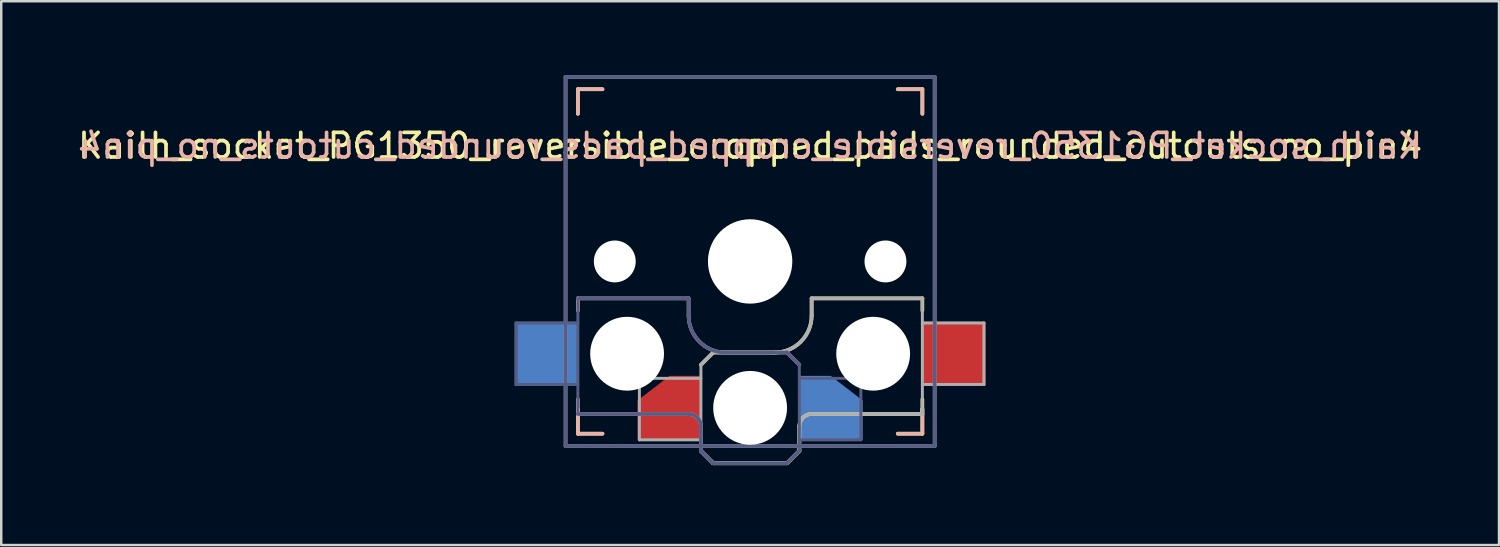
<source format=kicad_pcb>
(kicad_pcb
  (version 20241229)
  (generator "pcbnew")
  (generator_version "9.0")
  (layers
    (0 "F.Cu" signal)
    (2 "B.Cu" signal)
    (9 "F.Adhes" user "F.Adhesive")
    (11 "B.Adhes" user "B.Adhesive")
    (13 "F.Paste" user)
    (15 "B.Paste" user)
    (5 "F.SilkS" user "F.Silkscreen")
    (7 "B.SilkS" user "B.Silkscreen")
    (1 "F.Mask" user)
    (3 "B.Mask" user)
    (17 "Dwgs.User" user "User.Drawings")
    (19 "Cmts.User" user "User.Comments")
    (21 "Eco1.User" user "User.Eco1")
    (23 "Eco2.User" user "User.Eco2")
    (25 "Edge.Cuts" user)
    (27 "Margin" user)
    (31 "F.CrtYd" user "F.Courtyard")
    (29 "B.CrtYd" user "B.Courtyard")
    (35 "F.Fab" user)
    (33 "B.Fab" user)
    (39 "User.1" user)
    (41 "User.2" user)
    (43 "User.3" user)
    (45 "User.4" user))
  (footprint "Kailh_socket_PG1350_reversible_cropped_pads_rounded_cutouts_no_pin4"
    (layer "F.Cu")
    (at 27.435 7.575)
    (property "Reference" "Kailh_socket_PG1350_reversible_cropped_pads_rounded_cutouts_no_pin4" (at 0 -4.7 0) (layer "F.SilkS") (effects (font (size 1 1) (thickness 0.15))))
    (attr smd)
    (fp_line (start -7 -7) (end -6 -7) (stroke (width 0.15) (type solid)) (layer "F.SilkS"))
    (fp_line (start -7 -6) (end -7 -7) (stroke (width 0.15) (type solid)) (layer "F.SilkS"))
    (fp_line (start -7 7) (end -7 6) (stroke (width 0.15) (type solid)) (layer "F.SilkS"))
    (fp_line (start -6 7) (end -7 7) (stroke (width 0.15) (type solid)) (layer "F.SilkS"))
    (fp_line (start -2 4.2) (end -1.5 3.7) (stroke (width 0.15) (type solid)) (layer "F.SilkS"))
    (fp_line (start -2 7.7) (end -1.5 8.2) (stroke (width 0.15) (type solid)) (layer "F.SilkS"))
    (fp_line (start -1.5 3.7) (end 1 3.7) (stroke (width 0.15) (type solid)) (layer "F.SilkS"))
    (fp_line (start -1.5 8.2) (end 1.5 8.2) (stroke (width 0.15) (type solid)) (layer "F.SilkS"))
    (fp_line (start 1.5 8.2) (end 2 7.7) (stroke (width 0.15) (type solid)) (layer "F.SilkS"))
    (fp_line (start 2 6.7) (end 2 7.7) (stroke (width 0.15) (type solid)) (layer "F.SilkS"))
    (fp_line (start 2.5 1.5) (end 7 1.5) (stroke (width 0.15) (type solid)) (layer "F.SilkS"))
    (fp_line (start 2.5 2.2) (end 2.5 1.5) (stroke (width 0.15) (type solid)) (layer "F.SilkS"))
    (fp_line (start 6 -7) (end 7 -7) (stroke (width 0.15) (type solid)) (layer "F.SilkS"))
    (fp_line (start 7 -7) (end 7 -6) (stroke (width 0.15) (type solid)) (layer "F.SilkS"))
    (fp_line (start 7 1.5) (end 7 2) (stroke (width 0.15) (type solid)) (layer "F.SilkS"))
    (fp_line (start 7 5.6) (end 7 6.2) (stroke (width 0.15) (type solid)) (layer "F.SilkS"))
    (fp_line (start 7 6) (end 7 7) (stroke (width 0.15) (type solid)) (layer "F.SilkS"))
    (fp_line (start 7 6.2) (end 2.5 6.2) (stroke (width 0.15) (type solid)) (layer "F.SilkS"))
    (fp_line (start 7 7) (end 6 7) (stroke (width 0.15) (type solid)) (layer "F.SilkS"))
    (fp_arc (start 2 6.7) (mid 2.146447 6.346447) (end 2.5 6.2) (stroke (width 0.15) (type solid)) (layer "F.SilkS"))
    (fp_arc (start 2.5 2.2) (mid 2.06066 3.26066) (end 1 3.7) (stroke (width 0.15) (type solid)) (layer "F.SilkS"))
    (fp_line (start -7 -7) (end -6 -7) (stroke (width 0.15) (type solid)) (layer "B.SilkS"))
    (fp_line (start -7 -6) (end -7 -7) (stroke (width 0.15) (type solid)) (layer "B.SilkS"))
    (fp_line (start -7 1.5) (end -7 2) (stroke (width 0.15) (type solid)) (layer "B.SilkS"))
    (fp_line (start -7 5.6) (end -7 6.2) (stroke (width 0.15) (type solid)) (layer "B.SilkS"))
    (fp_line (start -7 6.2) (end -2.5 6.2) (stroke (width 0.15) (type solid)) (layer "B.SilkS"))
    (fp_line (start -7 7) (end -7 6) (stroke (width 0.15) (type solid)) (layer "B.SilkS"))
    (fp_line (start -6 7) (end -7 7) (stroke (width 0.15) (type solid)) (layer "B.SilkS"))
    (fp_line (start -2.5 1.5) (end -7 1.5) (stroke (width 0.15) (type solid)) (layer "B.SilkS"))
    (fp_line (start -2.5 2.2) (end -2.5 1.5) (stroke (width 0.15) (type solid)) (layer "B.SilkS"))
    (fp_line (start -2 6.7) (end -2 7.7) (stroke (width 0.15) (type solid)) (layer "B.SilkS"))
    (fp_line (start -1.5 8.2) (end -2 7.7) (stroke (width 0.15) (type solid)) (layer "B.SilkS"))
    (fp_line (start 1.5 3.7) (end -1 3.7) (stroke (width 0.15) (type solid)) (layer "B.SilkS"))
    (fp_line (start 1.5 8.2) (end -1.5 8.2) (stroke (width 0.15) (type solid)) (layer "B.SilkS"))
    (fp_line (start 2 4.2) (end 1.5 3.7) (stroke (width 0.15) (type solid)) (layer "B.SilkS"))
    (fp_line (start 2 7.7) (end 1.5 8.2) (stroke (width 0.15) (type solid)) (layer "B.SilkS"))
    (fp_line (start 6 -7) (end 7 -7) (stroke (width 0.15) (type solid)) (layer "B.SilkS"))
    (fp_line (start 7 -7) (end 7 -6) (stroke (width 0.15) (type solid)) (layer "B.SilkS"))
    (fp_line (start 7 6) (end 7 7) (stroke (width 0.15) (type solid)) (layer "B.SilkS"))
    (fp_line (start 7 7) (end 6 7) (stroke (width 0.15) (type solid)) (layer "B.SilkS"))
    (fp_arc (start -2.5 6.2) (mid -2.146447 6.346447) (end -2 6.7) (stroke (width 0.15) (type solid)) (layer "B.SilkS"))
    (fp_arc (start -1 3.7) (mid -2.06066 3.26066) (end -2.5 2.2) (stroke (width 0.15) (type solid)) (layer "B.SilkS"))
    (fp_line (start -6.9 6.9) (end -6.9 -6.9) (stroke (width 0.15) (type solid)) (layer "Eco2.User"))
    (fp_line (start -6.9 6.9) (end 6.9 6.9) (stroke (width 0.15) (type solid)) (layer "Eco2.User"))
    (fp_line (start -2.6 -3.1) (end -2.6 -6.3) (stroke (width 0.15) (type solid)) (layer "Eco2.User"))
    (fp_line (start -2.6 -3.1) (end 2.6 -3.1) (stroke (width 0.15) (type solid)) (layer "Eco2.User"))
    (fp_line (start 2.6 -6.3) (end -2.6 -6.3) (stroke (width 0.15) (type solid)) (layer "Eco2.User"))
    (fp_line (start 2.6 -3.1) (end 2.6 -6.3) (stroke (width 0.15) (type solid)) (layer "Eco2.User"))
    (fp_line (start 6.9 -6.9) (end -6.9 -6.9) (stroke (width 0.15) (type solid)) (layer "Eco2.User"))
    (fp_line (start 6.9 -6.9) (end 6.9 6.9) (stroke (width 0.15) (type solid)) (layer "Eco2.User"))
    (fp_line (start -9.5 2.5) (end -7 2.5) (stroke (width 0.12) (type solid)) (layer "B.Fab"))
    (fp_line (start -9.5 5) (end -9.5 2.5) (stroke (width 0.12) (type solid)) (layer "B.Fab"))
    (fp_line (start -7.5 -7.5) (end 7.5 -7.5) (stroke (width 0.15) (type solid)) (layer "B.Fab"))
    (fp_line (start -7.5 7.5) (end -7.5 -7.5) (stroke (width 0.15) (type solid)) (layer "B.Fab"))
    (fp_line (start -7 1.5) (end -7 6.2) (stroke (width 0.12) (type solid)) (layer "B.Fab"))
    (fp_line (start -7 5) (end -9.5 5) (stroke (width 0.12) (type solid)) (layer "B.Fab"))
    (fp_line (start -7 6.2) (end -2.5 6.2) (stroke (width 0.15) (type solid)) (layer "B.Fab"))
    (fp_line (start -2.5 1.5) (end -7 1.5) (stroke (width 0.15) (type solid)) (layer "B.Fab"))
    (fp_line (start -2.5 2.2) (end -2.5 1.5) (stroke (width 0.15) (type solid)) (layer "B.Fab"))
    (fp_line (start -2 6.7) (end -2 7.7) (stroke (width 0.15) (type solid)) (layer "B.Fab"))
    (fp_line (start -1.5 8.2) (end -2 7.7) (stroke (width 0.15) (type solid)) (layer "B.Fab"))
    (fp_line (start 1.5 3.7) (end -1 3.7) (stroke (width 0.15) (type solid)) (layer "B.Fab"))
    (fp_line (start 1.5 8.2) (end -1.5 8.2) (stroke (width 0.15) (type solid)) (layer "B.Fab"))
    (fp_line (start 2 4.2) (end 1.5 3.7) (stroke (width 0.15) (type solid)) (layer "B.Fab"))
    (fp_line (start 2 4.25) (end 2 7.7) (stroke (width 0.12) (type solid)) (layer "B.Fab"))
    (fp_line (start 2 4.75) (end 4.5 4.75) (stroke (width 0.12) (type solid)) (layer "B.Fab"))
    (fp_line (start 2 7.7) (end 1.5 8.2) (stroke (width 0.15) (type solid)) (layer "B.Fab"))
    (fp_line (start 4.5 4.75) (end 4.5 7.25) (stroke (width 0.12) (type solid)) (layer "B.Fab"))
    (fp_line (start 4.5 7.25) (end 2 7.25) (stroke (width 0.12) (type solid)) (layer "B.Fab"))
    (fp_line (start 7.5 -7.5) (end 7.5 7.5) (stroke (width 0.15) (type solid)) (layer "B.Fab"))
    (fp_line (start 7.5 7.5) (end -7.5 7.5) (stroke (width 0.15) (type solid)) (layer "B.Fab"))
    (fp_arc (start -2.5 6.2) (mid -2.146447 6.346447) (end -2 6.7) (stroke (width 0.15) (type solid)) (layer "B.Fab"))
    (fp_arc (start -1 3.7) (mid -2.06066 3.26066) (end -2.5 2.2) (stroke (width 0.15) (type solid)) (layer "B.Fab"))
    (fp_line (start -7.5 -7.5) (end 7.5 -7.5) (stroke (width 0.15) (type solid)) (layer "F.Fab"))
    (fp_line (start -7.5 7.5) (end -7.5 -7.5) (stroke (width 0.15) (type solid)) (layer "F.Fab"))
    (fp_line (start -4.5 4.75) (end -4.5 7.25) (stroke (width 0.12) (type solid)) (layer "F.Fab"))
    (fp_line (start -4.5 7.25) (end -2 7.25) (stroke (width 0.12) (type solid)) (layer "F.Fab"))
    (fp_line (start -2 4.2) (end -1.5 3.7) (stroke (width 0.15) (type solid)) (layer "F.Fab"))
    (fp_line (start -2 4.25) (end -2 7.7) (stroke (width 0.12) (type solid)) (layer "F.Fab"))
    (fp_line (start -2 4.75) (end -4.5 4.75) (stroke (width 0.12) (type solid)) (layer "F.Fab"))
    (fp_line (start -2 7.7) (end -1.5 8.2) (stroke (width 0.15) (type solid)) (layer "F.Fab"))
    (fp_line (start -1.5 3.7) (end 1 3.7) (stroke (width 0.15) (type solid)) (layer "F.Fab"))
    (fp_line (start -1.5 8.2) (end 1.5 8.2) (stroke (width 0.15) (type solid)) (layer "F.Fab"))
    (fp_line (start 1.5 8.2) (end 2 7.7) (stroke (width 0.15) (type solid)) (layer "F.Fab"))
    (fp_line (start 2 6.7) (end 2 7.7) (stroke (width 0.15) (type solid)) (layer "F.Fab"))
    (fp_line (start 2.5 1.5) (end 7 1.5) (stroke (width 0.15) (type solid)) (layer "F.Fab"))
    (fp_line (start 2.5 2.2) (end 2.5 1.5) (stroke (width 0.15) (type solid)) (layer "F.Fab"))
    (fp_line (start 7 1.5) (end 7 6.2) (stroke (width 0.12) (type solid)) (layer "F.Fab"))
    (fp_line (start 7 5) (end 9.5 5) (stroke (width 0.12) (type solid)) (layer "F.Fab"))
    (fp_line (start 7 6.2) (end 2.5 6.2) (stroke (width 0.15) (type solid)) (layer "F.Fab"))
    (fp_line (start 7.5 -7.5) (end 7.5 7.5) (stroke (width 0.15) (type solid)) (layer "F.Fab"))
    (fp_line (start 7.5 7.5) (end -7.5 7.5) (stroke (width 0.15) (type solid)) (layer "F.Fab"))
    (fp_line (start 9.5 2.5) (end 7 2.5) (stroke (width 0.12) (type solid)) (layer "F.Fab"))
    (fp_line (start 9.5 5) (end 9.5 2.5) (stroke (width 0.12) (type solid)) (layer "F.Fab"))
    (fp_arc (start 2 6.7) (mid 2.146447 6.346447) (end 2.5 6.2) (stroke (width 0.15) (type solid)) (layer "F.Fab"))
    (fp_arc (start 2.5 2.2) (mid 2.06066 3.26066) (end 1 3.7) (stroke (width 0.15) (type solid)) (layer "F.Fab"))
    (fp_line (start -9.55 2.35) (end -6.073 -0.744) (stroke (width 0.15) (type solid)) (layer "User.6"))
    (fp_line (start -9.55 5.05) (end -9.55 2.35) (stroke (width 0.15) (type solid)) (layer "User.6"))
    (fp_line (start -9.55 5.05) (end -7.45 6.6) (stroke (width 0.15) (type solid)) (layer "User.6"))
    (fp_line (start -7.45 6.6) (end -2.75 8.45) (stroke (width 0.15) (type solid)) (layer "User.6"))
    (fp_line (start -2.75 8.45) (end 2.55 8.45) (stroke (width 0.15) (type solid)) (layer "User.6"))
    (fp_line (start -0.165 -1.736) (end -5.615 -0.943) (stroke (width 0.15) (type solid)) (layer "User.6"))
    (fp_line (start 4.7 4.55) (end 1.483 -0.965) (stroke (width 0.15) (type solid)) (layer "User.6"))
    (fp_line (start 4.7 4.55) (end 4.7 7.25) (stroke (width 0.15) (type solid)) (layer "User.6"))
    (fp_line (start 4.7 7.25) (end 2.55 8.45) (stroke (width 0.15) (type solid)) (layer "User.6"))
    (fp_arc (start -6.072741 -0.744116) (mid -5.857861 -0.875765) (end -5.614894 -0.942636) (stroke (width 0.15) (type solid)) (layer "User.6"))
    (fp_arc (start -0.165274 -1.736315) (mid 0.77057 -1.589632) (end 1.482504 -0.964756) (stroke (width 0.15) (type solid)) (layer "User.6"))
    (fp_circle (center 5.5 0) (end 6.35 0) (stroke (width 0.1) (type solid)) (fill no) (layer "User.6"))
    (fp_line (start -4.6 4.55) (end -4.6 7.25) (stroke (width 0.15) (type solid)) (layer "User.7"))
    (fp_line (start -4.6 4.55) (end -1.383 -0.965) (stroke (width 0.15) (type solid)) (layer "User.7"))
    (fp_line (start -4.6 7.25) (end -2.45 8.45) (stroke (width 0.15) (type solid)) (layer "User.7"))
    (fp_line (start 0.265 -1.736) (end 5.715 -0.943) (stroke (width 0.15) (type solid)) (layer "User.7"))
    (fp_line (start 2.85 8.45) (end -2.45 8.45) (stroke (width 0.15) (type solid)) (layer "User.7"))
    (fp_line (start 7.55 6.6) (end 2.85 8.45) (stroke (width 0.15) (type solid)) (layer "User.7"))
    (fp_line (start 9.65 2.35) (end 6.173 -0.744) (stroke (width 0.15) (type solid)) (layer "User.7"))
    (fp_line (start 9.65 5.05) (end 7.55 6.6) (stroke (width 0.15) (type solid)) (layer "User.7"))
    (fp_line (start 9.65 5.05) (end 9.65 2.35) (stroke (width 0.15) (type solid)) (layer "User.7"))
    (fp_arc (start -1.382504 -0.964756) (mid -0.67057 -1.589632) (end 0.265274 -1.736315) (stroke (width 0.15) (type solid)) (layer "User.7"))
    (fp_arc (start 5.714894 -0.942636) (mid 5.957861 -0.875765) (end 6.172741 -0.744116) (stroke (width 0.15) (type solid)) (layer "User.7"))
    (fp_circle (center -5.5 0) (end -4.65 0) (stroke (width 0.1) (type solid)) (fill no) (layer "User.7"))
    (fp_text user "${REFERENCE}" (at 0 -4.7 0) (layer "B.SilkS") (effects (font (size 1 1) (thickness 0.15)) (justify mirror)))
    (pad "" np_thru_hole circle (at -5.5 0) (size 1.702 1.702) (drill 1.702) (layers "*.Cu" "*.Mask"))
    (pad "" np_thru_hole circle (at -5 3.75) (size 3 3) (drill 3) (layers "*.Cu" "*.Mask"))
    (pad "" np_thru_hole circle (at 0 0) (size 3.429 3.429) (drill 3.429) (layers "*.Cu" "*.Mask"))
    (pad "" np_thru_hole circle (at 0 5.95) (size 3 3) (drill 3) (layers "*.Cu" "*.Mask"))
    (pad "" np_thru_hole circle (at 5 3.75) (size 3 3) (drill 3) (layers "*.Cu" "*.Mask"))
    (pad "" np_thru_hole circle (at 5.5 0) (size 1.702 1.702) (drill 1.702) (layers "*.Cu" "*.Mask"))
    (pad "1" smd custom (at -3.275 5.95) (size 2.6 1.3) (drill (offset 0 0.65)) (layers "F.Cu" "F.Mask" "F.Paste") (options (anchor rect)) (primitives (gr_poly (pts (xy -1.3 -0.65) (xy -1.3 -0.95) (xy 0 -1.95) (xy 1.3 -1.95) (xy 1.3 -0.65)) (width 0) (fill yes))))
    (pad "1" smd custom (at 3.275 5.95) (size 2.6 1.3) (drill (offset 0 0.65)) (layers "B.Cu" "B.Mask" "B.Paste") (options (anchor rect)) (primitives (gr_poly (pts (xy 1.3 -0.65) (xy 1.3 -0.95) (xy 0 -1.95) (xy -1.3 -1.95) (xy -1.3 -0.65)) (width 0) (fill yes))))
    (pad "2" smd rect (at -8.275 3.75) (size 2.6 2.6) (layers "B.Cu" "B.Mask" "B.Paste"))
    (pad "2" smd rect (at 8.275 3.75) (size 2.6 2.6) (layers "F.Cu" "F.Mask" "F.Paste")))
  (gr_rect
    (start -3 -3)
    (end 57.869 19.1)
    (stroke (width 0.1) (type default))
    (fill no)
    (layer "Edge.Cuts")))
</source>
